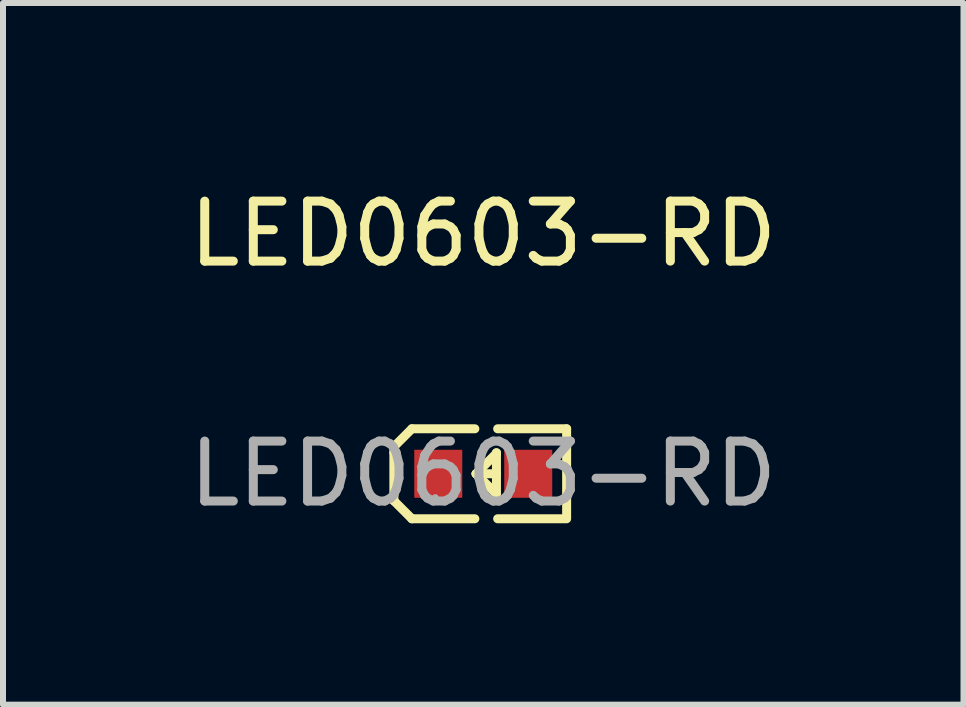
<source format=kicad_pcb>
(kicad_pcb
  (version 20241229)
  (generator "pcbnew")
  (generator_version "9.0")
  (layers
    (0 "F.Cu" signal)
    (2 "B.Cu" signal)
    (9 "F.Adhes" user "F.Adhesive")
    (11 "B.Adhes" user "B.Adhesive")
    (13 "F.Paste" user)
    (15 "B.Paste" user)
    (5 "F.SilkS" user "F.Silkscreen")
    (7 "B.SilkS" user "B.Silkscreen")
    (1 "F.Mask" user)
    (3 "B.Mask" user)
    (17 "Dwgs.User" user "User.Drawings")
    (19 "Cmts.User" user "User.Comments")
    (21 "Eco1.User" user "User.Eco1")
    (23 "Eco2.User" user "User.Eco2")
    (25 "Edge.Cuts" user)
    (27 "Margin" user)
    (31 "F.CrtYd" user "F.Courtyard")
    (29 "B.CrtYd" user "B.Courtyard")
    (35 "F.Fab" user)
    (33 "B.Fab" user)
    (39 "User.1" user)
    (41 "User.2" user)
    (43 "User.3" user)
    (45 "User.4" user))
  (footprint "LED0603-RD"
    (layer "F.Cu")
    (at 5.006 4.848)
    (property "Reference" "LED0603-RD" (at 0 -4 0) (layer "F.SilkS") (effects (font (size 1 1) (thickness 0.15))))
    (attr smd)
    (fp_line (start -1.49 -0.45) (end -1.19 -0.75) (stroke (width 0.15) (type solid)) (layer "F.SilkS"))
    (fp_line (start -1.49 -0.35) (end -1.49 -0.45) (stroke (width 0.15) (type solid)) (layer "F.SilkS"))
    (fp_line (start -1.49 -0.35) (end -1.49 0.35) (stroke (width 0.15) (type solid)) (layer "F.SilkS"))
    (fp_line (start -1.49 0.35) (end -1.49 0.45) (stroke (width 0.15) (type solid)) (layer "F.SilkS"))
    (fp_line (start -1.49 0.45) (end -1.19 0.75) (stroke (width 0.15) (type solid)) (layer "F.SilkS"))
    (fp_line (start -0.14 -0.75) (end -1.19 -0.75) (stroke (width 0.15) (type solid)) (layer "F.SilkS"))
    (fp_line (start -0.14 0.75) (end -1.19 0.75) (stroke (width 0.15) (type solid)) (layer "F.SilkS"))
    (fp_line (start 0.21 0.33) (end -0.12 0) (stroke (width 0.15) (type solid)) (layer "F.SilkS"))
    (fp_line (start 0.22 -0.35) (end 0.22 -0.34) (stroke (width 0.15) (type solid)) (layer "F.SilkS"))
    (fp_line (start 0.22 -0.35) (end 0.22 0.33) (stroke (width 0.15) (type solid)) (layer "F.SilkS"))
    (fp_line (start 0.22 -0.34) (end -0.12 0) (stroke (width 0.15) (type solid)) (layer "F.SilkS"))
    (fp_line (start 0.22 0) (end -0.12 0) (stroke (width 0.15) (type solid)) (layer "F.SilkS"))
    (fp_line (start 0.22 0.33) (end 0.21 0.33) (stroke (width 0.15) (type solid)) (layer "F.SilkS"))
    (fp_line (start 0.24 -0.75) (end 1.39 -0.75) (stroke (width 0.15) (type solid)) (layer "F.SilkS"))
    (fp_line (start 0.24 0.75) (end 1.39 0.75) (stroke (width 0.15) (type solid)) (layer "F.SilkS"))
    (fp_line (start 1.39 -0.75) (end 1.39 0.73) (stroke (width 0.15) (type solid)) (layer "F.SilkS"))
    (fp_circle (center -0.8 0.4) (end -0.77 0.4) (stroke (width 0.06) (type solid)) (fill no) (layer "F.Fab"))
    (fp_text user "${REFERENCE}" (at 0 0 0) (layer "F.Fab") (effects (font (size 1 1) (thickness 0.15))))
    (pad "1" smd rect (at -0.75 0 90) (size 0.8 0.8) (layers "F.Cu" "F.Mask" "F.Paste"))
    (pad "2" smd rect (at 0.75 0 90) (size 0.8 0.8) (layers "F.Cu" "F.Mask" "F.Paste")))
  (gr_rect
    (start -3 -3)
    (end 13.012 8.697)
    (stroke (width 0.1) (type default))
    (fill no)
    (layer "Edge.Cuts")))
</source>
